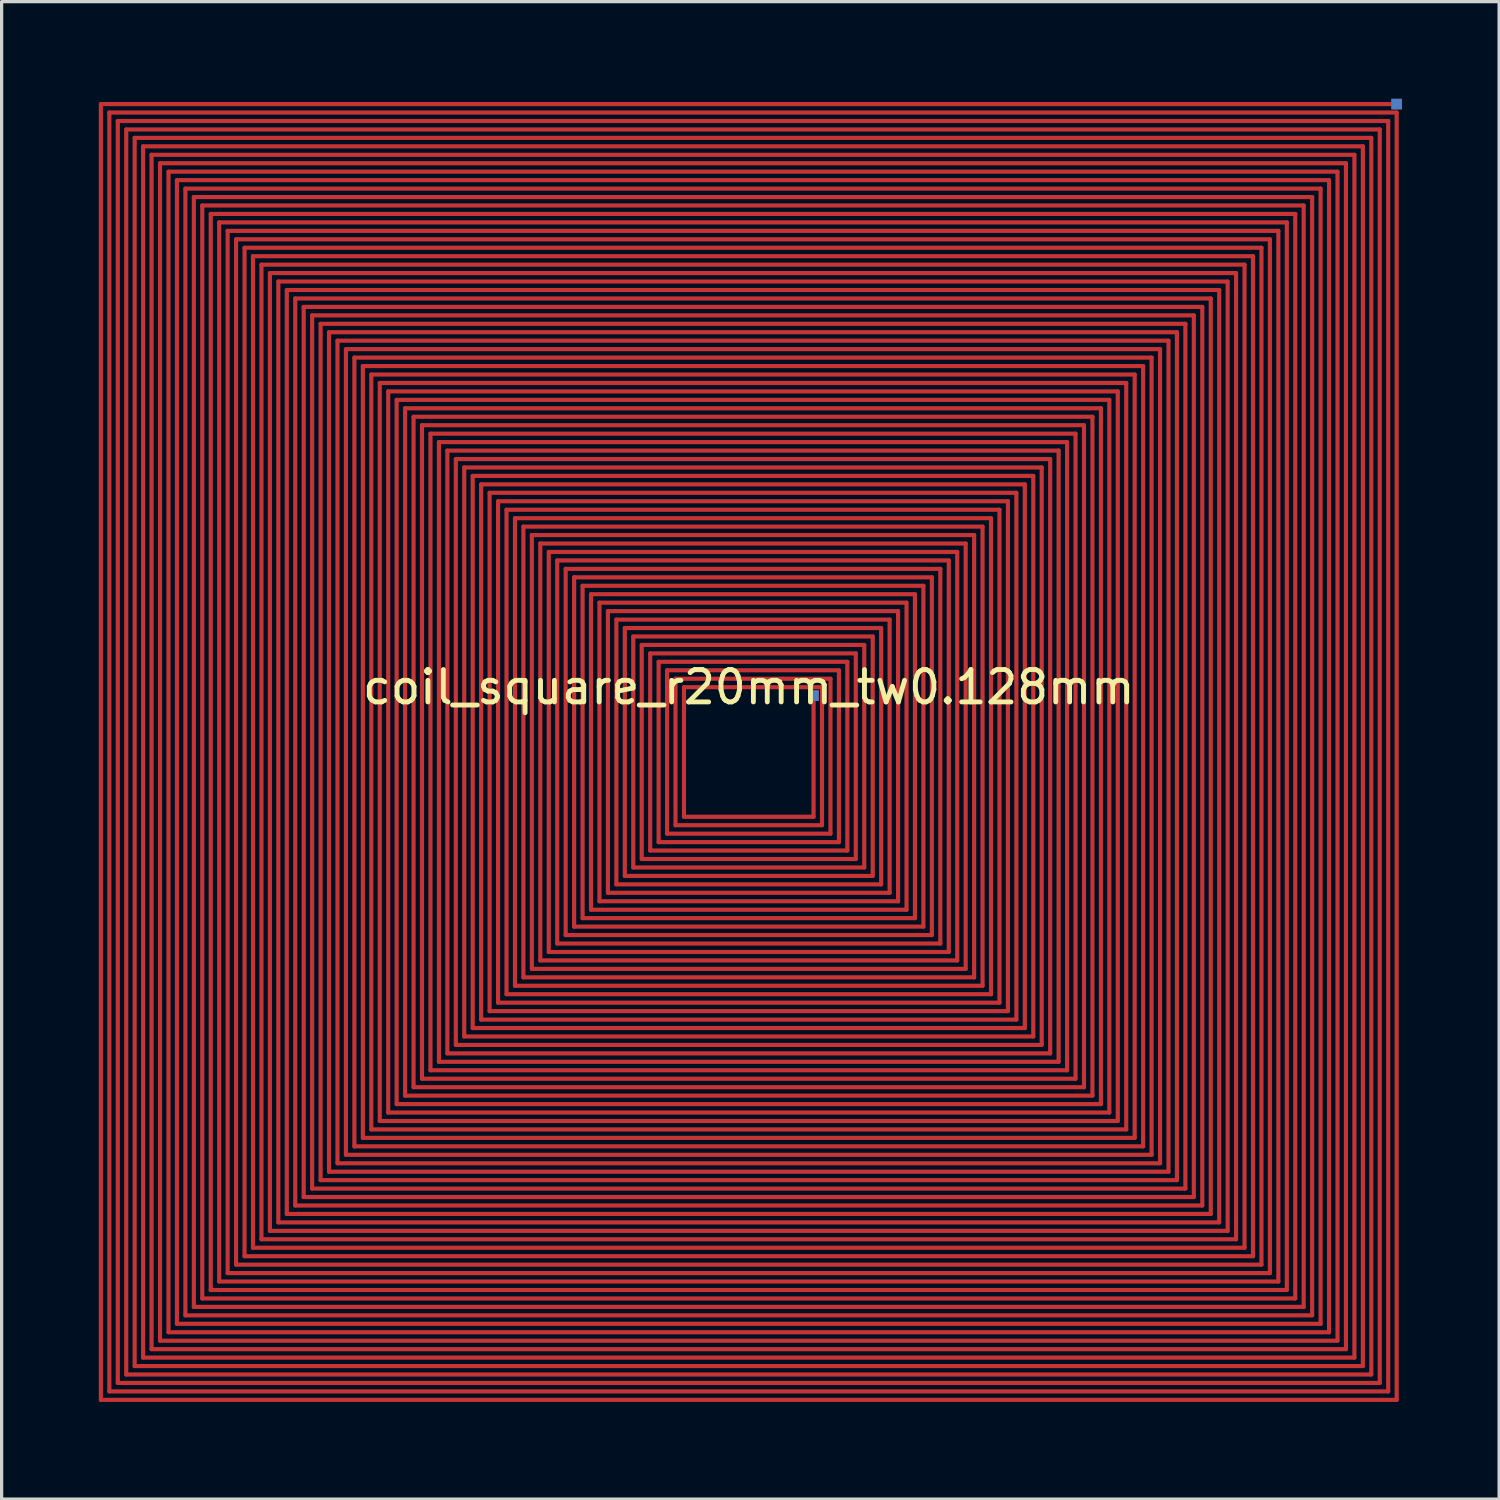
<source format=kicad_pcb>
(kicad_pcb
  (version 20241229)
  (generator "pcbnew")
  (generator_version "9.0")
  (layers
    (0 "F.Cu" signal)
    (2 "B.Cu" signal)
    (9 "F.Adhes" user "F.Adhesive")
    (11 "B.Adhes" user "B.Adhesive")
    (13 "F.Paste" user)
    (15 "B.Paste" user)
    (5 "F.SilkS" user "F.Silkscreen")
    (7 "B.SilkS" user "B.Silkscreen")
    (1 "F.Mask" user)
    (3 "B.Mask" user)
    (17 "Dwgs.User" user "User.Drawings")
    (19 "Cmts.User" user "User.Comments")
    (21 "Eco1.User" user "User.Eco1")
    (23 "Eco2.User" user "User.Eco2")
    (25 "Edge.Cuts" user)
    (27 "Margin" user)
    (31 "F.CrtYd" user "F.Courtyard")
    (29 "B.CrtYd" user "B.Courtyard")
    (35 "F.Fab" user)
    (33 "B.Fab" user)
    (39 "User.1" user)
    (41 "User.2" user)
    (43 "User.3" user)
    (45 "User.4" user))
  (footprint "coil_square_r20mm_tw0.128mm"
    (layer "F.Cu")
    (at 20.064 20.163)
    (property "Reference" "coil_square_r20mm_tw0.128mm" (at 0 -2 0) (layer "F.SilkS") (effects (font (size 1 1) (thickness 0.15))))
    (attr through_hole)
    (fp_line (start -20 -20) (end -20 20) (stroke (width 0.128) (type solid)) (layer "F.Cu"))
    (fp_line (start -20 20) (end 20 20) (stroke (width 0.128) (type solid)) (layer "F.Cu"))
    (fp_line (start -19.739 -19.739) (end -19.739 19.739) (stroke (width 0.128) (type solid)) (layer "F.Cu"))
    (fp_line (start -19.739 19.739) (end 19.739 19.739) (stroke (width 0.128) (type solid)) (layer "F.Cu"))
    (fp_line (start -19.478 -19.478) (end -19.478 19.478) (stroke (width 0.128) (type solid)) (layer "F.Cu"))
    (fp_line (start -19.478 19.478) (end 19.478 19.478) (stroke (width 0.128) (type solid)) (layer "F.Cu"))
    (fp_line (start -19.217 -19.217) (end -19.217 19.217) (stroke (width 0.128) (type solid)) (layer "F.Cu"))
    (fp_line (start -19.217 19.217) (end 19.217 19.217) (stroke (width 0.128) (type solid)) (layer "F.Cu"))
    (fp_line (start -18.957 -18.957) (end -18.957 18.957) (stroke (width 0.128) (type solid)) (layer "F.Cu"))
    (fp_line (start -18.957 18.957) (end 18.957 18.957) (stroke (width 0.128) (type solid)) (layer "F.Cu"))
    (fp_line (start -18.696 -18.696) (end -18.696 18.696) (stroke (width 0.128) (type solid)) (layer "F.Cu"))
    (fp_line (start -18.696 18.696) (end 18.696 18.696) (stroke (width 0.128) (type solid)) (layer "F.Cu"))
    (fp_line (start -18.435 -18.435) (end -18.435 18.435) (stroke (width 0.128) (type solid)) (layer "F.Cu"))
    (fp_line (start -18.435 18.435) (end 18.435 18.435) (stroke (width 0.128) (type solid)) (layer "F.Cu"))
    (fp_line (start -18.174 -18.174) (end -18.174 18.174) (stroke (width 0.128) (type solid)) (layer "F.Cu"))
    (fp_line (start -18.174 18.174) (end 18.174 18.174) (stroke (width 0.128) (type solid)) (layer "F.Cu"))
    (fp_line (start -17.913 -17.913) (end -17.913 17.913) (stroke (width 0.128) (type solid)) (layer "F.Cu"))
    (fp_line (start -17.913 17.913) (end 17.913 17.913) (stroke (width 0.128) (type solid)) (layer "F.Cu"))
    (fp_line (start -17.652 -17.652) (end -17.652 17.652) (stroke (width 0.128) (type solid)) (layer "F.Cu"))
    (fp_line (start -17.652 17.652) (end 17.652 17.652) (stroke (width 0.128) (type solid)) (layer "F.Cu"))
    (fp_line (start -17.391 -17.391) (end -17.391 17.391) (stroke (width 0.128) (type solid)) (layer "F.Cu"))
    (fp_line (start -17.391 17.391) (end 17.391 17.391) (stroke (width 0.128) (type solid)) (layer "F.Cu"))
    (fp_line (start -17.13 -17.13) (end -17.13 17.13) (stroke (width 0.128) (type solid)) (layer "F.Cu"))
    (fp_line (start -17.13 17.13) (end 17.13 17.13) (stroke (width 0.128) (type solid)) (layer "F.Cu"))
    (fp_line (start -16.87 -16.87) (end -16.87 16.87) (stroke (width 0.128) (type solid)) (layer "F.Cu"))
    (fp_line (start -16.87 16.87) (end 16.87 16.87) (stroke (width 0.128) (type solid)) (layer "F.Cu"))
    (fp_line (start -16.609 -16.609) (end -16.609 16.609) (stroke (width 0.128) (type solid)) (layer "F.Cu"))
    (fp_line (start -16.609 16.609) (end 16.609 16.609) (stroke (width 0.128) (type solid)) (layer "F.Cu"))
    (fp_line (start -16.348 -16.348) (end -16.348 16.348) (stroke (width 0.128) (type solid)) (layer "F.Cu"))
    (fp_line (start -16.348 16.348) (end 16.348 16.348) (stroke (width 0.128) (type solid)) (layer "F.Cu"))
    (fp_line (start -16.087 -16.087) (end -16.087 16.087) (stroke (width 0.128) (type solid)) (layer "F.Cu"))
    (fp_line (start -16.087 16.087) (end 16.087 16.087) (stroke (width 0.128) (type solid)) (layer "F.Cu"))
    (fp_line (start -15.826 -15.826) (end -15.826 15.826) (stroke (width 0.128) (type solid)) (layer "F.Cu"))
    (fp_line (start -15.826 15.826) (end 15.826 15.826) (stroke (width 0.128) (type solid)) (layer "F.Cu"))
    (fp_line (start -15.565 -15.565) (end -15.565 15.565) (stroke (width 0.128) (type solid)) (layer "F.Cu"))
    (fp_line (start -15.565 15.565) (end 15.565 15.565) (stroke (width 0.128) (type solid)) (layer "F.Cu"))
    (fp_line (start -15.304 -15.304) (end -15.304 15.304) (stroke (width 0.128) (type solid)) (layer "F.Cu"))
    (fp_line (start -15.304 15.304) (end 15.304 15.304) (stroke (width 0.128) (type solid)) (layer "F.Cu"))
    (fp_line (start -15.043 -15.043) (end -15.043 15.043) (stroke (width 0.128) (type solid)) (layer "F.Cu"))
    (fp_line (start -15.043 15.043) (end 15.043 15.043) (stroke (width 0.128) (type solid)) (layer "F.Cu"))
    (fp_line (start -14.783 -14.783) (end -14.783 14.783) (stroke (width 0.128) (type solid)) (layer "F.Cu"))
    (fp_line (start -14.783 14.783) (end 14.783 14.783) (stroke (width 0.128) (type solid)) (layer "F.Cu"))
    (fp_line (start -14.522 -14.522) (end -14.522 14.522) (stroke (width 0.128) (type solid)) (layer "F.Cu"))
    (fp_line (start -14.522 14.522) (end 14.522 14.522) (stroke (width 0.128) (type solid)) (layer "F.Cu"))
    (fp_line (start -14.261 -14.261) (end -14.261 14.261) (stroke (width 0.128) (type solid)) (layer "F.Cu"))
    (fp_line (start -14.261 14.261) (end 14.261 14.261) (stroke (width 0.128) (type solid)) (layer "F.Cu"))
    (fp_line (start -14 -14) (end -14 14) (stroke (width 0.128) (type solid)) (layer "F.Cu"))
    (fp_line (start -14 14) (end 14 14) (stroke (width 0.128) (type solid)) (layer "F.Cu"))
    (fp_line (start -13.739 -13.739) (end -13.739 13.739) (stroke (width 0.128) (type solid)) (layer "F.Cu"))
    (fp_line (start -13.739 13.739) (end 13.739 13.739) (stroke (width 0.128) (type solid)) (layer "F.Cu"))
    (fp_line (start -13.478 -13.478) (end -13.478 13.478) (stroke (width 0.128) (type solid)) (layer "F.Cu"))
    (fp_line (start -13.478 13.478) (end 13.478 13.478) (stroke (width 0.128) (type solid)) (layer "F.Cu"))
    (fp_line (start -13.217 -13.217) (end -13.217 13.217) (stroke (width 0.128) (type solid)) (layer "F.Cu"))
    (fp_line (start -13.217 13.217) (end 13.217 13.217) (stroke (width 0.128) (type solid)) (layer "F.Cu"))
    (fp_line (start -12.957 -12.957) (end -12.957 12.957) (stroke (width 0.128) (type solid)) (layer "F.Cu"))
    (fp_line (start -12.957 12.957) (end 12.957 12.957) (stroke (width 0.128) (type solid)) (layer "F.Cu"))
    (fp_line (start -12.696 -12.696) (end -12.696 12.696) (stroke (width 0.128) (type solid)) (layer "F.Cu"))
    (fp_line (start -12.696 12.696) (end 12.696 12.696) (stroke (width 0.128) (type solid)) (layer "F.Cu"))
    (fp_line (start -12.435 -12.435) (end -12.435 12.435) (stroke (width 0.128) (type solid)) (layer "F.Cu"))
    (fp_line (start -12.435 12.435) (end 12.435 12.435) (stroke (width 0.128) (type solid)) (layer "F.Cu"))
    (fp_line (start -12.174 -12.174) (end -12.174 12.174) (stroke (width 0.128) (type solid)) (layer "F.Cu"))
    (fp_line (start -12.174 12.174) (end 12.174 12.174) (stroke (width 0.128) (type solid)) (layer "F.Cu"))
    (fp_line (start -11.913 -11.913) (end -11.913 11.913) (stroke (width 0.128) (type solid)) (layer "F.Cu"))
    (fp_line (start -11.913 11.913) (end 11.913 11.913) (stroke (width 0.128) (type solid)) (layer "F.Cu"))
    (fp_line (start -11.652 -11.652) (end -11.652 11.652) (stroke (width 0.128) (type solid)) (layer "F.Cu"))
    (fp_line (start -11.652 11.652) (end 11.652 11.652) (stroke (width 0.128) (type solid)) (layer "F.Cu"))
    (fp_line (start -11.391 -11.391) (end -11.391 11.391) (stroke (width 0.128) (type solid)) (layer "F.Cu"))
    (fp_line (start -11.391 11.391) (end 11.391 11.391) (stroke (width 0.128) (type solid)) (layer "F.Cu"))
    (fp_line (start -11.13 -11.13) (end -11.13 11.13) (stroke (width 0.128) (type solid)) (layer "F.Cu"))
    (fp_line (start -11.13 11.13) (end 11.13 11.13) (stroke (width 0.128) (type solid)) (layer "F.Cu"))
    (fp_line (start -10.87 -10.87) (end -10.87 10.87) (stroke (width 0.128) (type solid)) (layer "F.Cu"))
    (fp_line (start -10.87 10.87) (end 10.87 10.87) (stroke (width 0.128) (type solid)) (layer "F.Cu"))
    (fp_line (start -10.609 -10.609) (end -10.609 10.609) (stroke (width 0.128) (type solid)) (layer "F.Cu"))
    (fp_line (start -10.609 10.609) (end 10.609 10.609) (stroke (width 0.128) (type solid)) (layer "F.Cu"))
    (fp_line (start -10.348 -10.348) (end -10.348 10.348) (stroke (width 0.128) (type solid)) (layer "F.Cu"))
    (fp_line (start -10.348 10.348) (end 10.348 10.348) (stroke (width 0.128) (type solid)) (layer "F.Cu"))
    (fp_line (start -10.087 -10.087) (end -10.087 10.087) (stroke (width 0.128) (type solid)) (layer "F.Cu"))
    (fp_line (start -10.087 10.087) (end 10.087 10.087) (stroke (width 0.128) (type solid)) (layer "F.Cu"))
    (fp_line (start -9.826 -9.826) (end -9.826 9.826) (stroke (width 0.128) (type solid)) (layer "F.Cu"))
    (fp_line (start -9.826 9.826) (end 9.826 9.826) (stroke (width 0.128) (type solid)) (layer "F.Cu"))
    (fp_line (start -9.565 -9.565) (end -9.565 9.565) (stroke (width 0.128) (type solid)) (layer "F.Cu"))
    (fp_line (start -9.565 9.565) (end 9.565 9.565) (stroke (width 0.128) (type solid)) (layer "F.Cu"))
    (fp_line (start -9.304 -9.304) (end -9.304 9.304) (stroke (width 0.128) (type solid)) (layer "F.Cu"))
    (fp_line (start -9.304 9.304) (end 9.304 9.304) (stroke (width 0.128) (type solid)) (layer "F.Cu"))
    (fp_line (start -9.043 -9.043) (end -9.043 9.043) (stroke (width 0.128) (type solid)) (layer "F.Cu"))
    (fp_line (start -9.043 9.043) (end 9.043 9.043) (stroke (width 0.128) (type solid)) (layer "F.Cu"))
    (fp_line (start -8.783 -8.783) (end -8.783 8.783) (stroke (width 0.128) (type solid)) (layer "F.Cu"))
    (fp_line (start -8.783 8.783) (end 8.783 8.783) (stroke (width 0.128) (type solid)) (layer "F.Cu"))
    (fp_line (start -8.522 -8.522) (end -8.522 8.522) (stroke (width 0.128) (type solid)) (layer "F.Cu"))
    (fp_line (start -8.522 8.522) (end 8.522 8.522) (stroke (width 0.128) (type solid)) (layer "F.Cu"))
    (fp_line (start -8.261 -8.261) (end -8.261 8.261) (stroke (width 0.128) (type solid)) (layer "F.Cu"))
    (fp_line (start -8.261 8.261) (end 8.261 8.261) (stroke (width 0.128) (type solid)) (layer "F.Cu"))
    (fp_line (start -8 -8) (end -8 8) (stroke (width 0.128) (type solid)) (layer "F.Cu"))
    (fp_line (start -8 8) (end 8 8) (stroke (width 0.128) (type solid)) (layer "F.Cu"))
    (fp_line (start -7.739 -7.739) (end -7.739 7.739) (stroke (width 0.128) (type solid)) (layer "F.Cu"))
    (fp_line (start -7.739 7.739) (end 7.739 7.739) (stroke (width 0.128) (type solid)) (layer "F.Cu"))
    (fp_line (start -7.478 -7.478) (end -7.478 7.478) (stroke (width 0.128) (type solid)) (layer "F.Cu"))
    (fp_line (start -7.478 7.478) (end 7.478 7.478) (stroke (width 0.128) (type solid)) (layer "F.Cu"))
    (fp_line (start -7.217 -7.217) (end -7.217 7.217) (stroke (width 0.128) (type solid)) (layer "F.Cu"))
    (fp_line (start -7.217 7.217) (end 7.217 7.217) (stroke (width 0.128) (type solid)) (layer "F.Cu"))
    (fp_line (start -6.957 -6.957) (end -6.957 6.957) (stroke (width 0.128) (type solid)) (layer "F.Cu"))
    (fp_line (start -6.957 6.957) (end 6.957 6.957) (stroke (width 0.128) (type solid)) (layer "F.Cu"))
    (fp_line (start -6.696 -6.696) (end -6.696 6.696) (stroke (width 0.128) (type solid)) (layer "F.Cu"))
    (fp_line (start -6.696 6.696) (end 6.696 6.696) (stroke (width 0.128) (type solid)) (layer "F.Cu"))
    (fp_line (start -6.435 -6.435) (end -6.435 6.435) (stroke (width 0.128) (type solid)) (layer "F.Cu"))
    (fp_line (start -6.435 6.435) (end 6.435 6.435) (stroke (width 0.128) (type solid)) (layer "F.Cu"))
    (fp_line (start -6.174 -6.174) (end -6.174 6.174) (stroke (width 0.128) (type solid)) (layer "F.Cu"))
    (fp_line (start -6.174 6.174) (end 6.174 6.174) (stroke (width 0.128) (type solid)) (layer "F.Cu"))
    (fp_line (start -5.913 -5.913) (end -5.913 5.913) (stroke (width 0.128) (type solid)) (layer "F.Cu"))
    (fp_line (start -5.913 5.913) (end 5.913 5.913) (stroke (width 0.128) (type solid)) (layer "F.Cu"))
    (fp_line (start -5.652 -5.652) (end -5.652 5.652) (stroke (width 0.128) (type solid)) (layer "F.Cu"))
    (fp_line (start -5.652 5.652) (end 5.652 5.652) (stroke (width 0.128) (type solid)) (layer "F.Cu"))
    (fp_line (start -5.391 -5.391) (end -5.391 5.391) (stroke (width 0.128) (type solid)) (layer "F.Cu"))
    (fp_line (start -5.391 5.391) (end 5.391 5.391) (stroke (width 0.128) (type solid)) (layer "F.Cu"))
    (fp_line (start -5.13 -5.13) (end -5.13 5.13) (stroke (width 0.128) (type solid)) (layer "F.Cu"))
    (fp_line (start -5.13 5.13) (end 5.13 5.13) (stroke (width 0.128) (type solid)) (layer "F.Cu"))
    (fp_line (start -4.87 -4.87) (end -4.87 4.87) (stroke (width 0.128) (type solid)) (layer "F.Cu"))
    (fp_line (start -4.87 4.87) (end 4.87 4.87) (stroke (width 0.128) (type solid)) (layer "F.Cu"))
    (fp_line (start -4.609 -4.609) (end -4.609 4.609) (stroke (width 0.128) (type solid)) (layer "F.Cu"))
    (fp_line (start -4.609 4.609) (end 4.609 4.609) (stroke (width 0.128) (type solid)) (layer "F.Cu"))
    (fp_line (start -4.348 -4.348) (end -4.348 4.348) (stroke (width 0.128) (type solid)) (layer "F.Cu"))
    (fp_line (start -4.348 4.348) (end 4.348 4.348) (stroke (width 0.128) (type solid)) (layer "F.Cu"))
    (fp_line (start -4.087 -4.087) (end -4.087 4.087) (stroke (width 0.128) (type solid)) (layer "F.Cu"))
    (fp_line (start -4.087 4.087) (end 4.087 4.087) (stroke (width 0.128) (type solid)) (layer "F.Cu"))
    (fp_line (start -3.826 -3.826) (end -3.826 3.826) (stroke (width 0.128) (type solid)) (layer "F.Cu"))
    (fp_line (start -3.826 3.826) (end 3.826 3.826) (stroke (width 0.128) (type solid)) (layer "F.Cu"))
    (fp_line (start -3.565 -3.565) (end -3.565 3.565) (stroke (width 0.128) (type solid)) (layer "F.Cu"))
    (fp_line (start -3.565 3.565) (end 3.565 3.565) (stroke (width 0.128) (type solid)) (layer "F.Cu"))
    (fp_line (start -3.304 -3.304) (end -3.304 3.304) (stroke (width 0.128) (type solid)) (layer "F.Cu"))
    (fp_line (start -3.304 3.304) (end 3.304 3.304) (stroke (width 0.128) (type solid)) (layer "F.Cu"))
    (fp_line (start -3.043 -3.043) (end -3.043 3.043) (stroke (width 0.128) (type solid)) (layer "F.Cu"))
    (fp_line (start -3.043 3.043) (end 3.043 3.043) (stroke (width 0.128) (type solid)) (layer "F.Cu"))
    (fp_line (start -2.783 -2.783) (end -2.783 2.783) (stroke (width 0.128) (type solid)) (layer "F.Cu"))
    (fp_line (start -2.783 2.783) (end 2.783 2.783) (stroke (width 0.128) (type solid)) (layer "F.Cu"))
    (fp_line (start -2.522 -2.522) (end -2.522 2.522) (stroke (width 0.128) (type solid)) (layer "F.Cu"))
    (fp_line (start -2.522 2.522) (end 2.522 2.522) (stroke (width 0.128) (type solid)) (layer "F.Cu"))
    (fp_line (start -2.261 -2.261) (end -2.261 2.261) (stroke (width 0.128) (type solid)) (layer "F.Cu"))
    (fp_line (start -2.261 2.261) (end 2.261 2.261) (stroke (width 0.128) (type solid)) (layer "F.Cu"))
    (fp_line (start -2 -2) (end -2 2) (stroke (width 0.128) (type solid)) (layer "F.Cu"))
    (fp_line (start -2 2) (end 2 2) (stroke (width 0.128) (type solid)) (layer "F.Cu"))
    (fp_line (start 2 2) (end 2 -1.739) (stroke (width 0.128) (type solid)) (layer "F.Cu"))
    (fp_line (start 2.261 -2) (end -2 -2) (stroke (width 0.128) (type solid)) (layer "F.Cu"))
    (fp_line (start 2.261 2.261) (end 2.261 -2) (stroke (width 0.128) (type solid)) (layer "F.Cu"))
    (fp_line (start 2.522 -2.261) (end -2.261 -2.261) (stroke (width 0.128) (type solid)) (layer "F.Cu"))
    (fp_line (start 2.522 2.522) (end 2.522 -2.261) (stroke (width 0.128) (type solid)) (layer "F.Cu"))
    (fp_line (start 2.783 -2.522) (end -2.522 -2.522) (stroke (width 0.128) (type solid)) (layer "F.Cu"))
    (fp_line (start 2.783 2.783) (end 2.783 -2.522) (stroke (width 0.128) (type solid)) (layer "F.Cu"))
    (fp_line (start 3.043 -2.783) (end -2.783 -2.783) (stroke (width 0.128) (type solid)) (layer "F.Cu"))
    (fp_line (start 3.043 3.043) (end 3.043 -2.783) (stroke (width 0.128) (type solid)) (layer "F.Cu"))
    (fp_line (start 3.304 -3.043) (end -3.043 -3.043) (stroke (width 0.128) (type solid)) (layer "F.Cu"))
    (fp_line (start 3.304 3.304) (end 3.304 -3.043) (stroke (width 0.128) (type solid)) (layer "F.Cu"))
    (fp_line (start 3.565 -3.304) (end -3.304 -3.304) (stroke (width 0.128) (type solid)) (layer "F.Cu"))
    (fp_line (start 3.565 3.565) (end 3.565 -3.304) (stroke (width 0.128) (type solid)) (layer "F.Cu"))
    (fp_line (start 3.826 -3.565) (end -3.565 -3.565) (stroke (width 0.128) (type solid)) (layer "F.Cu"))
    (fp_line (start 3.826 3.826) (end 3.826 -3.565) (stroke (width 0.128) (type solid)) (layer "F.Cu"))
    (fp_line (start 4.087 -3.826) (end -3.826 -3.826) (stroke (width 0.128) (type solid)) (layer "F.Cu"))
    (fp_line (start 4.087 4.087) (end 4.087 -3.826) (stroke (width 0.128) (type solid)) (layer "F.Cu"))
    (fp_line (start 4.348 -4.087) (end -4.087 -4.087) (stroke (width 0.128) (type solid)) (layer "F.Cu"))
    (fp_line (start 4.348 4.348) (end 4.348 -4.087) (stroke (width 0.128) (type solid)) (layer "F.Cu"))
    (fp_line (start 4.609 -4.348) (end -4.348 -4.348) (stroke (width 0.128) (type solid)) (layer "F.Cu"))
    (fp_line (start 4.609 4.609) (end 4.609 -4.348) (stroke (width 0.128) (type solid)) (layer "F.Cu"))
    (fp_line (start 4.87 -4.609) (end -4.609 -4.609) (stroke (width 0.128) (type solid)) (layer "F.Cu"))
    (fp_line (start 4.87 4.87) (end 4.87 -4.609) (stroke (width 0.128) (type solid)) (layer "F.Cu"))
    (fp_line (start 5.13 -4.87) (end -4.87 -4.87) (stroke (width 0.128) (type solid)) (layer "F.Cu"))
    (fp_line (start 5.13 5.13) (end 5.13 -4.87) (stroke (width 0.128) (type solid)) (layer "F.Cu"))
    (fp_line (start 5.391 -5.13) (end -5.13 -5.13) (stroke (width 0.128) (type solid)) (layer "F.Cu"))
    (fp_line (start 5.391 5.391) (end 5.391 -5.13) (stroke (width 0.128) (type solid)) (layer "F.Cu"))
    (fp_line (start 5.652 -5.391) (end -5.391 -5.391) (stroke (width 0.128) (type solid)) (layer "F.Cu"))
    (fp_line (start 5.652 5.652) (end 5.652 -5.391) (stroke (width 0.128) (type solid)) (layer "F.Cu"))
    (fp_line (start 5.913 -5.652) (end -5.652 -5.652) (stroke (width 0.128) (type solid)) (layer "F.Cu"))
    (fp_line (start 5.913 5.913) (end 5.913 -5.652) (stroke (width 0.128) (type solid)) (layer "F.Cu"))
    (fp_line (start 6.174 -5.913) (end -5.913 -5.913) (stroke (width 0.128) (type solid)) (layer "F.Cu"))
    (fp_line (start 6.174 6.174) (end 6.174 -5.913) (stroke (width 0.128) (type solid)) (layer "F.Cu"))
    (fp_line (start 6.435 -6.174) (end -6.174 -6.174) (stroke (width 0.128) (type solid)) (layer "F.Cu"))
    (fp_line (start 6.435 6.435) (end 6.435 -6.174) (stroke (width 0.128) (type solid)) (layer "F.Cu"))
    (fp_line (start 6.696 -6.435) (end -6.435 -6.435) (stroke (width 0.128) (type solid)) (layer "F.Cu"))
    (fp_line (start 6.696 6.696) (end 6.696 -6.435) (stroke (width 0.128) (type solid)) (layer "F.Cu"))
    (fp_line (start 6.957 -6.696) (end -6.696 -6.696) (stroke (width 0.128) (type solid)) (layer "F.Cu"))
    (fp_line (start 6.957 6.957) (end 6.957 -6.696) (stroke (width 0.128) (type solid)) (layer "F.Cu"))
    (fp_line (start 7.217 -6.957) (end -6.957 -6.957) (stroke (width 0.128) (type solid)) (layer "F.Cu"))
    (fp_line (start 7.217 7.217) (end 7.217 -6.957) (stroke (width 0.128) (type solid)) (layer "F.Cu"))
    (fp_line (start 7.478 -7.217) (end -7.217 -7.217) (stroke (width 0.128) (type solid)) (layer "F.Cu"))
    (fp_line (start 7.478 7.478) (end 7.478 -7.217) (stroke (width 0.128) (type solid)) (layer "F.Cu"))
    (fp_line (start 7.739 -7.478) (end -7.478 -7.478) (stroke (width 0.128) (type solid)) (layer "F.Cu"))
    (fp_line (start 7.739 7.739) (end 7.739 -7.478) (stroke (width 0.128) (type solid)) (layer "F.Cu"))
    (fp_line (start 8 -7.739) (end -7.739 -7.739) (stroke (width 0.128) (type solid)) (layer "F.Cu"))
    (fp_line (start 8 8) (end 8 -7.739) (stroke (width 0.128) (type solid)) (layer "F.Cu"))
    (fp_line (start 8.261 -8) (end -8 -8) (stroke (width 0.128) (type solid)) (layer "F.Cu"))
    (fp_line (start 8.261 8.261) (end 8.261 -8) (stroke (width 0.128) (type solid)) (layer "F.Cu"))
    (fp_line (start 8.522 -8.261) (end -8.261 -8.261) (stroke (width 0.128) (type solid)) (layer "F.Cu"))
    (fp_line (start 8.522 8.522) (end 8.522 -8.261) (stroke (width 0.128) (type solid)) (layer "F.Cu"))
    (fp_line (start 8.783 -8.522) (end -8.522 -8.522) (stroke (width 0.128) (type solid)) (layer "F.Cu"))
    (fp_line (start 8.783 8.783) (end 8.783 -8.522) (stroke (width 0.128) (type solid)) (layer "F.Cu"))
    (fp_line (start 9.043 -8.783) (end -8.783 -8.783) (stroke (width 0.128) (type solid)) (layer "F.Cu"))
    (fp_line (start 9.043 9.043) (end 9.043 -8.783) (stroke (width 0.128) (type solid)) (layer "F.Cu"))
    (fp_line (start 9.304 -9.043) (end -9.043 -9.043) (stroke (width 0.128) (type solid)) (layer "F.Cu"))
    (fp_line (start 9.304 9.304) (end 9.304 -9.043) (stroke (width 0.128) (type solid)) (layer "F.Cu"))
    (fp_line (start 9.565 -9.304) (end -9.304 -9.304) (stroke (width 0.128) (type solid)) (layer "F.Cu"))
    (fp_line (start 9.565 9.565) (end 9.565 -9.304) (stroke (width 0.128) (type solid)) (layer "F.Cu"))
    (fp_line (start 9.826 -9.565) (end -9.565 -9.565) (stroke (width 0.128) (type solid)) (layer "F.Cu"))
    (fp_line (start 9.826 9.826) (end 9.826 -9.565) (stroke (width 0.128) (type solid)) (layer "F.Cu"))
    (fp_line (start 10.087 -9.826) (end -9.826 -9.826) (stroke (width 0.128) (type solid)) (layer "F.Cu"))
    (fp_line (start 10.087 10.087) (end 10.087 -9.826) (stroke (width 0.128) (type solid)) (layer "F.Cu"))
    (fp_line (start 10.348 -10.087) (end -10.087 -10.087) (stroke (width 0.128) (type solid)) (layer "F.Cu"))
    (fp_line (start 10.348 10.348) (end 10.348 -10.087) (stroke (width 0.128) (type solid)) (layer "F.Cu"))
    (fp_line (start 10.609 -10.348) (end -10.348 -10.348) (stroke (width 0.128) (type solid)) (layer "F.Cu"))
    (fp_line (start 10.609 10.609) (end 10.609 -10.348) (stroke (width 0.128) (type solid)) (layer "F.Cu"))
    (fp_line (start 10.87 -10.609) (end -10.609 -10.609) (stroke (width 0.128) (type solid)) (layer "F.Cu"))
    (fp_line (start 10.87 10.87) (end 10.87 -10.609) (stroke (width 0.128) (type solid)) (layer "F.Cu"))
    (fp_line (start 11.13 -10.87) (end -10.87 -10.87) (stroke (width 0.128) (type solid)) (layer "F.Cu"))
    (fp_line (start 11.13 11.13) (end 11.13 -10.87) (stroke (width 0.128) (type solid)) (layer "F.Cu"))
    (fp_line (start 11.391 -11.13) (end -11.13 -11.13) (stroke (width 0.128) (type solid)) (layer "F.Cu"))
    (fp_line (start 11.391 11.391) (end 11.391 -11.13) (stroke (width 0.128) (type solid)) (layer "F.Cu"))
    (fp_line (start 11.652 -11.391) (end -11.391 -11.391) (stroke (width 0.128) (type solid)) (layer "F.Cu"))
    (fp_line (start 11.652 11.652) (end 11.652 -11.391) (stroke (width 0.128) (type solid)) (layer "F.Cu"))
    (fp_line (start 11.913 -11.652) (end -11.652 -11.652) (stroke (width 0.128) (type solid)) (layer "F.Cu"))
    (fp_line (start 11.913 11.913) (end 11.913 -11.652) (stroke (width 0.128) (type solid)) (layer "F.Cu"))
    (fp_line (start 12.174 -11.913) (end -11.913 -11.913) (stroke (width 0.128) (type solid)) (layer "F.Cu"))
    (fp_line (start 12.174 12.174) (end 12.174 -11.913) (stroke (width 0.128) (type solid)) (layer "F.Cu"))
    (fp_line (start 12.435 -12.174) (end -12.174 -12.174) (stroke (width 0.128) (type solid)) (layer "F.Cu"))
    (fp_line (start 12.435 12.435) (end 12.435 -12.174) (stroke (width 0.128) (type solid)) (layer "F.Cu"))
    (fp_line (start 12.696 -12.435) (end -12.435 -12.435) (stroke (width 0.128) (type solid)) (layer "F.Cu"))
    (fp_line (start 12.696 12.696) (end 12.696 -12.435) (stroke (width 0.128) (type solid)) (layer "F.Cu"))
    (fp_line (start 12.957 -12.696) (end -12.696 -12.696) (stroke (width 0.128) (type solid)) (layer "F.Cu"))
    (fp_line (start 12.957 12.957) (end 12.957 -12.696) (stroke (width 0.128) (type solid)) (layer "F.Cu"))
    (fp_line (start 13.217 -12.957) (end -12.957 -12.957) (stroke (width 0.128) (type solid)) (layer "F.Cu"))
    (fp_line (start 13.217 13.217) (end 13.217 -12.957) (stroke (width 0.128) (type solid)) (layer "F.Cu"))
    (fp_line (start 13.478 -13.217) (end -13.217 -13.217) (stroke (width 0.128) (type solid)) (layer "F.Cu"))
    (fp_line (start 13.478 13.478) (end 13.478 -13.217) (stroke (width 0.128) (type solid)) (layer "F.Cu"))
    (fp_line (start 13.739 -13.478) (end -13.478 -13.478) (stroke (width 0.128) (type solid)) (layer "F.Cu"))
    (fp_line (start 13.739 13.739) (end 13.739 -13.478) (stroke (width 0.128) (type solid)) (layer "F.Cu"))
    (fp_line (start 14 -13.739) (end -13.739 -13.739) (stroke (width 0.128) (type solid)) (layer "F.Cu"))
    (fp_line (start 14 14) (end 14 -13.739) (stroke (width 0.128) (type solid)) (layer "F.Cu"))
    (fp_line (start 14.261 -14) (end -14 -14) (stroke (width 0.128) (type solid)) (layer "F.Cu"))
    (fp_line (start 14.261 14.261) (end 14.261 -14) (stroke (width 0.128) (type solid)) (layer "F.Cu"))
    (fp_line (start 14.522 -14.261) (end -14.261 -14.261) (stroke (width 0.128) (type solid)) (layer "F.Cu"))
    (fp_line (start 14.522 14.522) (end 14.522 -14.261) (stroke (width 0.128) (type solid)) (layer "F.Cu"))
    (fp_line (start 14.783 -14.522) (end -14.522 -14.522) (stroke (width 0.128) (type solid)) (layer "F.Cu"))
    (fp_line (start 14.783 14.783) (end 14.783 -14.522) (stroke (width 0.128) (type solid)) (layer "F.Cu"))
    (fp_line (start 15.043 -14.783) (end -14.783 -14.783) (stroke (width 0.128) (type solid)) (layer "F.Cu"))
    (fp_line (start 15.043 15.043) (end 15.043 -14.783) (stroke (width 0.128) (type solid)) (layer "F.Cu"))
    (fp_line (start 15.304 -15.043) (end -15.043 -15.043) (stroke (width 0.128) (type solid)) (layer "F.Cu"))
    (fp_line (start 15.304 15.304) (end 15.304 -15.043) (stroke (width 0.128) (type solid)) (layer "F.Cu"))
    (fp_line (start 15.565 -15.304) (end -15.304 -15.304) (stroke (width 0.128) (type solid)) (layer "F.Cu"))
    (fp_line (start 15.565 15.565) (end 15.565 -15.304) (stroke (width 0.128) (type solid)) (layer "F.Cu"))
    (fp_line (start 15.826 -15.565) (end -15.565 -15.565) (stroke (width 0.128) (type solid)) (layer "F.Cu"))
    (fp_line (start 15.826 15.826) (end 15.826 -15.565) (stroke (width 0.128) (type solid)) (layer "F.Cu"))
    (fp_line (start 16.087 -15.826) (end -15.826 -15.826) (stroke (width 0.128) (type solid)) (layer "F.Cu"))
    (fp_line (start 16.087 16.087) (end 16.087 -15.826) (stroke (width 0.128) (type solid)) (layer "F.Cu"))
    (fp_line (start 16.348 -16.087) (end -16.087 -16.087) (stroke (width 0.128) (type solid)) (layer "F.Cu"))
    (fp_line (start 16.348 16.348) (end 16.348 -16.087) (stroke (width 0.128) (type solid)) (layer "F.Cu"))
    (fp_line (start 16.609 -16.348) (end -16.348 -16.348) (stroke (width 0.128) (type solid)) (layer "F.Cu"))
    (fp_line (start 16.609 16.609) (end 16.609 -16.348) (stroke (width 0.128) (type solid)) (layer "F.Cu"))
    (fp_line (start 16.87 -16.609) (end -16.609 -16.609) (stroke (width 0.128) (type solid)) (layer "F.Cu"))
    (fp_line (start 16.87 16.87) (end 16.87 -16.609) (stroke (width 0.128) (type solid)) (layer "F.Cu"))
    (fp_line (start 17.13 -16.87) (end -16.87 -16.87) (stroke (width 0.128) (type solid)) (layer "F.Cu"))
    (fp_line (start 17.13 17.13) (end 17.13 -16.87) (stroke (width 0.128) (type solid)) (layer "F.Cu"))
    (fp_line (start 17.391 -17.13) (end -17.13 -17.13) (stroke (width 0.128) (type solid)) (layer "F.Cu"))
    (fp_line (start 17.391 17.391) (end 17.391 -17.13) (stroke (width 0.128) (type solid)) (layer "F.Cu"))
    (fp_line (start 17.652 -17.391) (end -17.391 -17.391) (stroke (width 0.128) (type solid)) (layer "F.Cu"))
    (fp_line (start 17.652 17.652) (end 17.652 -17.391) (stroke (width 0.128) (type solid)) (layer "F.Cu"))
    (fp_line (start 17.913 -17.652) (end -17.652 -17.652) (stroke (width 0.128) (type solid)) (layer "F.Cu"))
    (fp_line (start 17.913 17.913) (end 17.913 -17.652) (stroke (width 0.128) (type solid)) (layer "F.Cu"))
    (fp_line (start 18.174 -17.913) (end -17.913 -17.913) (stroke (width 0.128) (type solid)) (layer "F.Cu"))
    (fp_line (start 18.174 18.174) (end 18.174 -17.913) (stroke (width 0.128) (type solid)) (layer "F.Cu"))
    (fp_line (start 18.435 -18.174) (end -18.174 -18.174) (stroke (width 0.128) (type solid)) (layer "F.Cu"))
    (fp_line (start 18.435 18.435) (end 18.435 -18.174) (stroke (width 0.128) (type solid)) (layer "F.Cu"))
    (fp_line (start 18.696 -18.435) (end -18.435 -18.435) (stroke (width 0.128) (type solid)) (layer "F.Cu"))
    (fp_line (start 18.696 18.696) (end 18.696 -18.435) (stroke (width 0.128) (type solid)) (layer "F.Cu"))
    (fp_line (start 18.957 -18.696) (end -18.696 -18.696) (stroke (width 0.128) (type solid)) (layer "F.Cu"))
    (fp_line (start 18.957 18.957) (end 18.957 -18.696) (stroke (width 0.128) (type solid)) (layer "F.Cu"))
    (fp_line (start 19.217 -18.957) (end -18.957 -18.957) (stroke (width 0.128) (type solid)) (layer "F.Cu"))
    (fp_line (start 19.217 19.217) (end 19.217 -18.957) (stroke (width 0.128) (type solid)) (layer "F.Cu"))
    (fp_line (start 19.478 -19.217) (end -19.217 -19.217) (stroke (width 0.128) (type solid)) (layer "F.Cu"))
    (fp_line (start 19.478 19.478) (end 19.478 -19.217) (stroke (width 0.128) (type solid)) (layer "F.Cu"))
    (fp_line (start 19.739 -19.478) (end -19.478 -19.478) (stroke (width 0.128) (type solid)) (layer "F.Cu"))
    (fp_line (start 19.739 19.739) (end 19.739 -19.478) (stroke (width 0.128) (type solid)) (layer "F.Cu"))
    (fp_line (start 20 -20) (end -20 -20) (stroke (width 0.128) (type solid)) (layer "F.Cu"))
    (fp_line (start 20 -19.739) (end -19.739 -19.739) (stroke (width 0.128) (type solid)) (layer "F.Cu"))
    (fp_line (start 20 20) (end 20 -19.739) (stroke (width 0.128) (type solid)) (layer "F.Cu"))
    (pad "1" connect rect (at 20 -20) (size 0.327 0.327) (layers "*.Cu" "*.Mask"))
    (pad "2" connect rect (at 2 -1.739) (size 0.327 0.327) (layers "*.Cu" "*.Mask")))
  (gr_rect
    (start -3 -3)
    (end 43.227 43.227)
    (stroke (width 0.1) (type default))
    (fill no)
    (layer "Edge.Cuts")))
</source>
